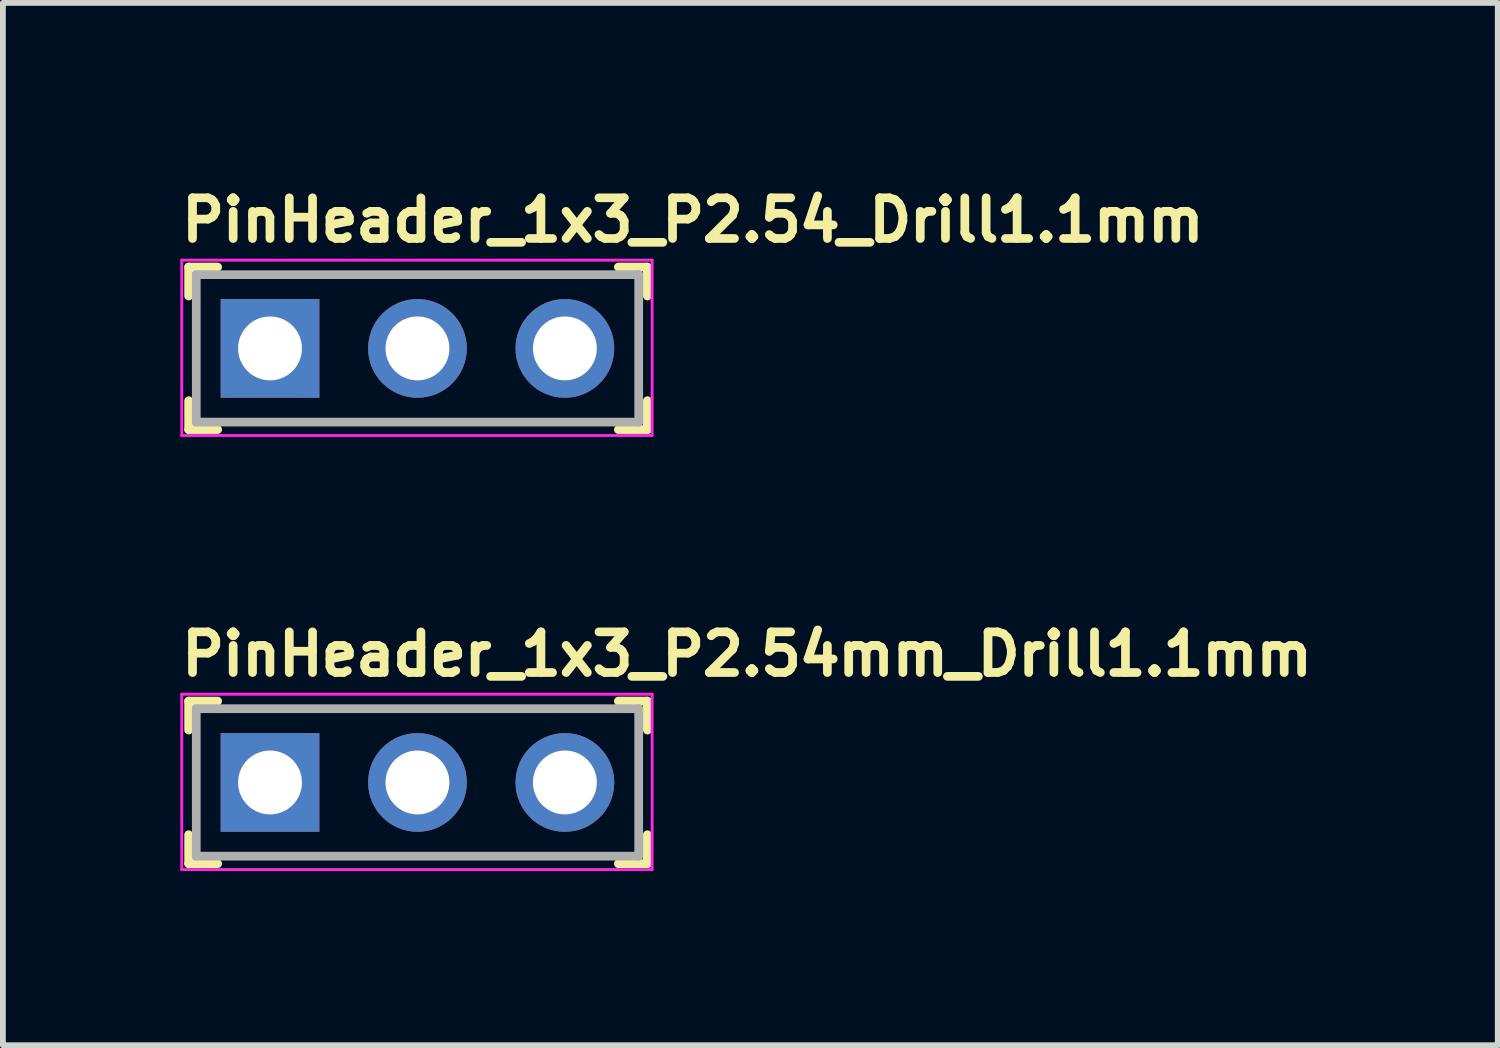
<source format=kicad_pcb>
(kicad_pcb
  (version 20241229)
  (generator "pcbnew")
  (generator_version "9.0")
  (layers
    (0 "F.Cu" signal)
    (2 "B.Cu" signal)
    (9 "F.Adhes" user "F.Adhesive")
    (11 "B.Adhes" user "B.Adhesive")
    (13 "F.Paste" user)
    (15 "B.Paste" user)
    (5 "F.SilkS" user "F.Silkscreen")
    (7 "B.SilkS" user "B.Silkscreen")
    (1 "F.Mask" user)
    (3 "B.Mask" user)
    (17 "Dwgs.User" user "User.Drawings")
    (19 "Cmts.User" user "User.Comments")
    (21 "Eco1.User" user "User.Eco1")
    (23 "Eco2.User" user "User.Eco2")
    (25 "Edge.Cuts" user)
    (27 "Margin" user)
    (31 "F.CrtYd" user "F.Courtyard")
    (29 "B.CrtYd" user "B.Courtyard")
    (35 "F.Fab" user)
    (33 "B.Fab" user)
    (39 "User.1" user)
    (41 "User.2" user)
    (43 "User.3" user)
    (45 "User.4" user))
  (footprint "PinHeader_1x3_P2.54mm_Drill1.1mm"
    (layer "F.Cu")
    (at 1.6 10.425)
    (property "Reference" "PinHeader_1x3_P2.54mm_Drill1.1mm" (at -1.6 -1.8 0) (layer "F.SilkS") (effects (font (size 0.7 0.7) (thickness 0.15)) (justify left bottom)))
    (attr through_hole)
    (fp_line (start -1.401 -1.401) (end -1.401 -0.902) (stroke (width 0.15) (type solid)) (layer "F.SilkS"))
    (fp_line (start -1.401 -1.401) (end -0.902 -1.401) (stroke (width 0.15) (type solid)) (layer "F.SilkS"))
    (fp_line (start -1.401 1.398) (end -1.401 0.9) (stroke (width 0.15) (type solid)) (layer "F.SilkS"))
    (fp_line (start -1.401 1.398) (end -0.902 1.398) (stroke (width 0.15) (type solid)) (layer "F.SilkS"))
    (fp_line (start 6.499 -1.401) (end 5.999 -1.401) (stroke (width 0.15) (type solid)) (layer "F.SilkS"))
    (fp_line (start 6.499 -1.401) (end 6.499 -0.902) (stroke (width 0.15) (type solid)) (layer "F.SilkS"))
    (fp_line (start 6.499 1.398) (end 5.999 1.398) (stroke (width 0.15) (type solid)) (layer "F.SilkS"))
    (fp_line (start 6.499 1.398) (end 6.499 0.9) (stroke (width 0.15) (type solid)) (layer "F.SilkS"))
    (fp_line (start -1.52 -1.52) (end -1.52 1.5) (stroke (width 0.05) (type solid)) (layer "F.CrtYd"))
    (fp_line (start -1.52 -1.52) (end 6.58 -1.52) (stroke (width 0.05) (type solid)) (layer "F.CrtYd"))
    (fp_line (start -1.52 1.5) (end 6.58 1.5) (stroke (width 0.05) (type solid)) (layer "F.CrtYd"))
    (fp_line (start 6.58 -1.52) (end 6.58 1.5) (stroke (width 0.05) (type solid)) (layer "F.CrtYd"))
    (fp_line (start -1.27 -1.27) (end -1.27 1.269) (stroke (width 0.15) (type solid)) (layer "F.Fab"))
    (fp_line (start -1.27 -1.27) (end 6.349 -1.27) (stroke (width 0.15) (type solid)) (layer "F.Fab"))
    (fp_line (start -1.27 1.269) (end 6.349 1.269) (stroke (width 0.15) (type solid)) (layer "F.Fab"))
    (fp_line (start 6.349 -1.27) (end 6.349 1.269) (stroke (width 0.15) (type solid)) (layer "F.Fab"))
    (fp_rect (start -1.311 -1.27) (end 6.309 1.269) (stroke (width 0.1) (type solid)) (fill no) (layer "User.5"))
    (fp_line (start -1.311 0.77) (end -1.311 -0.772) (stroke (width 0.02) (type solid)) (layer "User.9"))
    (fp_line (start -1.311 0.77) (end -1.061 1.269) (stroke (width 0.02) (type solid)) (layer "User.9"))
    (fp_line (start -1.061 -1.27) (end -1.311 -0.772) (stroke (width 0.02) (type solid)) (layer "User.9"))
    (fp_line (start -0.36 -0.32) (end -0.16 -0.12) (stroke (width 0.02) (type solid)) (layer "User.9"))
    (fp_line (start -0.36 -0.32) (end 0.28 -0.32) (stroke (width 0.02) (type solid)) (layer "User.9"))
    (fp_line (start -0.36 0.32) (end -0.36 -0.32) (stroke (width 0.02) (type solid)) (layer "User.9"))
    (fp_line (start -0.16 -0.12) (end -0.16 0.119) (stroke (width 0.02) (type solid)) (layer "User.9"))
    (fp_line (start -0.16 0.119) (end -0.36 0.32) (stroke (width 0.02) (type solid)) (layer "User.9"))
    (fp_line (start -0.16 0.119) (end 0.08 0.119) (stroke (width 0.02) (type solid)) (layer "User.9"))
    (fp_line (start 0.08 -0.12) (end -0.16 -0.12) (stroke (width 0.02) (type solid)) (layer "User.9"))
    (fp_line (start 0.08 -0.12) (end 0.28 -0.32) (stroke (width 0.02) (type solid)) (layer "User.9"))
    (fp_line (start 0.08 0.119) (end 0.08 -0.12) (stroke (width 0.02) (type solid)) (layer "User.9"))
    (fp_line (start 0.08 0.119) (end 0.28 0.32) (stroke (width 0.02) (type solid)) (layer "User.9"))
    (fp_line (start 0.28 -0.32) (end 0.28 0.32) (stroke (width 0.02) (type solid)) (layer "User.9"))
    (fp_line (start 0.28 0.32) (end -0.36 0.32) (stroke (width 0.02) (type solid)) (layer "User.9"))
    (fp_line (start 0.978 -1.27) (end -1.061 -1.27) (stroke (width 0.02) (type solid)) (layer "User.9"))
    (fp_line (start 0.978 1.269) (end -1.061 1.269) (stroke (width 0.02) (type solid)) (layer "User.9"))
    (fp_line (start 0.978 1.269) (end 1.229 0.77) (stroke (width 0.02) (type solid)) (layer "User.9"))
    (fp_line (start 1.229 -0.772) (end 0.978 -1.27) (stroke (width 0.02) (type solid)) (layer "User.9"))
    (fp_line (start 1.229 0.77) (end 1.479 1.269) (stroke (width 0.02) (type solid)) (layer "User.9"))
    (fp_line (start 1.479 -1.27) (end 1.229 -0.772) (stroke (width 0.02) (type solid)) (layer "User.9"))
    (fp_line (start 2.18 -0.32) (end 2.378 -0.12) (stroke (width 0.02) (type solid)) (layer "User.9"))
    (fp_line (start 2.18 -0.32) (end 2.818 -0.32) (stroke (width 0.02) (type solid)) (layer "User.9"))
    (fp_line (start 2.18 0.32) (end 2.18 -0.32) (stroke (width 0.02) (type solid)) (layer "User.9"))
    (fp_line (start 2.378 -0.12) (end 2.378 0.119) (stroke (width 0.02) (type solid)) (layer "User.9"))
    (fp_line (start 2.378 0.119) (end 2.18 0.32) (stroke (width 0.02) (type solid)) (layer "User.9"))
    (fp_line (start 2.378 0.119) (end 2.62 0.119) (stroke (width 0.02) (type solid)) (layer "User.9"))
    (fp_line (start 2.62 -0.12) (end 2.378 -0.12) (stroke (width 0.02) (type solid)) (layer "User.9"))
    (fp_line (start 2.62 -0.12) (end 2.818 -0.32) (stroke (width 0.02) (type solid)) (layer "User.9"))
    (fp_line (start 2.62 0.119) (end 2.62 -0.12) (stroke (width 0.02) (type solid)) (layer "User.9"))
    (fp_line (start 2.62 0.119) (end 2.818 0.32) (stroke (width 0.02) (type solid)) (layer "User.9"))
    (fp_line (start 2.818 -0.32) (end 2.818 0.32) (stroke (width 0.02) (type solid)) (layer "User.9"))
    (fp_line (start 2.818 0.32) (end 2.18 0.32) (stroke (width 0.02) (type solid)) (layer "User.9"))
    (fp_line (start 3.519 -1.27) (end 1.479 -1.27) (stroke (width 0.02) (type solid)) (layer "User.9"))
    (fp_line (start 3.519 1.269) (end 1.479 1.269) (stroke (width 0.02) (type solid)) (layer "User.9"))
    (fp_line (start 3.519 1.269) (end 3.769 0.77) (stroke (width 0.02) (type solid)) (layer "User.9"))
    (fp_line (start 3.769 -0.772) (end 3.519 -1.27) (stroke (width 0.02) (type solid)) (layer "User.9"))
    (fp_line (start 3.769 0.77) (end 4.019 1.269) (stroke (width 0.02) (type solid)) (layer "User.9"))
    (fp_line (start 4.019 -1.27) (end 3.769 -0.772) (stroke (width 0.02) (type solid)) (layer "User.9"))
    (fp_line (start 4.719 -0.32) (end 4.919 -0.12) (stroke (width 0.02) (type solid)) (layer "User.9"))
    (fp_line (start 4.719 -0.32) (end 5.36 -0.32) (stroke (width 0.02) (type solid)) (layer "User.9"))
    (fp_line (start 4.719 0.32) (end 4.719 -0.32) (stroke (width 0.02) (type solid)) (layer "User.9"))
    (fp_line (start 4.919 -0.12) (end 4.919 0.119) (stroke (width 0.02) (type solid)) (layer "User.9"))
    (fp_line (start 4.919 0.119) (end 4.719 0.32) (stroke (width 0.02) (type solid)) (layer "User.9"))
    (fp_line (start 4.919 0.119) (end 5.16 0.119) (stroke (width 0.02) (type solid)) (layer "User.9"))
    (fp_line (start 5.16 -0.12) (end 4.919 -0.12) (stroke (width 0.02) (type solid)) (layer "User.9"))
    (fp_line (start 5.16 -0.12) (end 5.36 -0.32) (stroke (width 0.02) (type solid)) (layer "User.9"))
    (fp_line (start 5.16 0.119) (end 5.16 -0.12) (stroke (width 0.02) (type solid)) (layer "User.9"))
    (fp_line (start 5.16 0.119) (end 5.36 0.32) (stroke (width 0.02) (type solid)) (layer "User.9"))
    (fp_line (start 5.36 -0.32) (end 5.36 0.32) (stroke (width 0.02) (type solid)) (layer "User.9"))
    (fp_line (start 5.36 0.32) (end 4.719 0.32) (stroke (width 0.02) (type solid)) (layer "User.9"))
    (fp_line (start 6.059 -1.27) (end 4.019 -1.27) (stroke (width 0.02) (type solid)) (layer "User.9"))
    (fp_line (start 6.059 1.269) (end 4.019 1.269) (stroke (width 0.02) (type solid)) (layer "User.9"))
    (fp_line (start 6.059 1.269) (end 6.309 0.77) (stroke (width 0.02) (type solid)) (layer "User.9"))
    (fp_line (start 6.309 -0.772) (end 6.059 -1.27) (stroke (width 0.02) (type solid)) (layer "User.9"))
    (fp_line (start 6.309 0.77) (end 6.309 -0.772) (stroke (width 0.02) (type solid)) (layer "User.9"))
    (pad "1" thru_hole rect (at 0 0) (size 1.7 1.7) (drill 1.1) (layers "*.Cu" "*.Mask"))
    (pad "2" thru_hole circle (at 2.539 0) (size 1.7 1.7) (drill 1.1) (layers "*.Cu" "*.Mask"))
    (pad "3" thru_hole circle (at 5.078 0) (size 1.7 1.7) (drill 1.1) (layers "*.Cu" "*.Mask")))
  (footprint "PinHeader_1x3_P2.54_Drill1.1mm"
    (layer "F.Cu")
    (at 1.6 2.95)
    (property "Reference" "PinHeader_1x3_P2.54_Drill1.1mm" (at -1.6 -1.8 0) (layer "F.SilkS") (effects (font (size 0.7 0.7) (thickness 0.15)) (justify left bottom)))
    (attr through_hole)
    (fp_line (start -1.401 -1.401) (end -1.401 -0.902) (stroke (width 0.15) (type solid)) (layer "F.SilkS"))
    (fp_line (start -1.401 -1.401) (end -0.902 -1.401) (stroke (width 0.15) (type solid)) (layer "F.SilkS"))
    (fp_line (start -1.401 1.398) (end -1.401 0.9) (stroke (width 0.15) (type solid)) (layer "F.SilkS"))
    (fp_line (start -1.401 1.398) (end -0.902 1.398) (stroke (width 0.15) (type solid)) (layer "F.SilkS"))
    (fp_line (start 6.499 -1.401) (end 5.999 -1.401) (stroke (width 0.15) (type solid)) (layer "F.SilkS"))
    (fp_line (start 6.499 -1.401) (end 6.499 -0.902) (stroke (width 0.15) (type solid)) (layer "F.SilkS"))
    (fp_line (start 6.499 1.398) (end 5.999 1.398) (stroke (width 0.15) (type solid)) (layer "F.SilkS"))
    (fp_line (start 6.499 1.398) (end 6.499 0.9) (stroke (width 0.15) (type solid)) (layer "F.SilkS"))
    (fp_line (start -1.52 -1.52) (end -1.52 1.5) (stroke (width 0.05) (type solid)) (layer "F.CrtYd"))
    (fp_line (start -1.52 -1.52) (end 6.58 -1.52) (stroke (width 0.05) (type solid)) (layer "F.CrtYd"))
    (fp_line (start -1.52 1.5) (end 6.58 1.5) (stroke (width 0.05) (type solid)) (layer "F.CrtYd"))
    (fp_line (start 6.58 -1.52) (end 6.58 1.5) (stroke (width 0.05) (type solid)) (layer "F.CrtYd"))
    (fp_line (start -1.27 -1.27) (end -1.27 1.269) (stroke (width 0.15) (type solid)) (layer "F.Fab"))
    (fp_line (start -1.27 -1.27) (end 6.349 -1.27) (stroke (width 0.15) (type solid)) (layer "F.Fab"))
    (fp_line (start -1.27 1.269) (end 6.349 1.269) (stroke (width 0.15) (type solid)) (layer "F.Fab"))
    (fp_line (start 6.349 -1.27) (end 6.349 1.269) (stroke (width 0.15) (type solid)) (layer "F.Fab"))
    (fp_rect (start -1.311 -1.27) (end 6.309 1.269) (stroke (width 0.1) (type solid)) (fill no) (layer "User.5"))
    (fp_line (start -1.311 0.77) (end -1.311 -0.772) (stroke (width 0.02) (type solid)) (layer "User.9"))
    (fp_line (start -1.311 0.77) (end -1.061 1.269) (stroke (width 0.02) (type solid)) (layer "User.9"))
    (fp_line (start -1.061 -1.27) (end -1.311 -0.772) (stroke (width 0.02) (type solid)) (layer "User.9"))
    (fp_line (start -0.36 -0.32) (end -0.16 -0.12) (stroke (width 0.02) (type solid)) (layer "User.9"))
    (fp_line (start -0.36 -0.32) (end 0.28 -0.32) (stroke (width 0.02) (type solid)) (layer "User.9"))
    (fp_line (start -0.36 0.32) (end -0.36 -0.32) (stroke (width 0.02) (type solid)) (layer "User.9"))
    (fp_line (start -0.16 -0.12) (end -0.16 0.119) (stroke (width 0.02) (type solid)) (layer "User.9"))
    (fp_line (start -0.16 0.119) (end -0.36 0.32) (stroke (width 0.02) (type solid)) (layer "User.9"))
    (fp_line (start -0.16 0.119) (end 0.08 0.119) (stroke (width 0.02) (type solid)) (layer "User.9"))
    (fp_line (start 0.08 -0.12) (end -0.16 -0.12) (stroke (width 0.02) (type solid)) (layer "User.9"))
    (fp_line (start 0.08 -0.12) (end 0.28 -0.32) (stroke (width 0.02) (type solid)) (layer "User.9"))
    (fp_line (start 0.08 0.119) (end 0.08 -0.12) (stroke (width 0.02) (type solid)) (layer "User.9"))
    (fp_line (start 0.08 0.119) (end 0.28 0.32) (stroke (width 0.02) (type solid)) (layer "User.9"))
    (fp_line (start 0.28 -0.32) (end 0.28 0.32) (stroke (width 0.02) (type solid)) (layer "User.9"))
    (fp_line (start 0.28 0.32) (end -0.36 0.32) (stroke (width 0.02) (type solid)) (layer "User.9"))
    (fp_line (start 0.978 -1.27) (end -1.061 -1.27) (stroke (width 0.02) (type solid)) (layer "User.9"))
    (fp_line (start 0.978 1.269) (end -1.061 1.269) (stroke (width 0.02) (type solid)) (layer "User.9"))
    (fp_line (start 0.978 1.269) (end 1.229 0.77) (stroke (width 0.02) (type solid)) (layer "User.9"))
    (fp_line (start 1.229 -0.772) (end 0.978 -1.27) (stroke (width 0.02) (type solid)) (layer "User.9"))
    (fp_line (start 1.229 0.77) (end 1.479 1.269) (stroke (width 0.02) (type solid)) (layer "User.9"))
    (fp_line (start 1.479 -1.27) (end 1.229 -0.772) (stroke (width 0.02) (type solid)) (layer "User.9"))
    (fp_line (start 2.18 -0.32) (end 2.378 -0.12) (stroke (width 0.02) (type solid)) (layer "User.9"))
    (fp_line (start 2.18 -0.32) (end 2.818 -0.32) (stroke (width 0.02) (type solid)) (layer "User.9"))
    (fp_line (start 2.18 0.32) (end 2.18 -0.32) (stroke (width 0.02) (type solid)) (layer "User.9"))
    (fp_line (start 2.378 -0.12) (end 2.378 0.119) (stroke (width 0.02) (type solid)) (layer "User.9"))
    (fp_line (start 2.378 0.119) (end 2.18 0.32) (stroke (width 0.02) (type solid)) (layer "User.9"))
    (fp_line (start 2.378 0.119) (end 2.62 0.119) (stroke (width 0.02) (type solid)) (layer "User.9"))
    (fp_line (start 2.62 -0.12) (end 2.378 -0.12) (stroke (width 0.02) (type solid)) (layer "User.9"))
    (fp_line (start 2.62 -0.12) (end 2.818 -0.32) (stroke (width 0.02) (type solid)) (layer "User.9"))
    (fp_line (start 2.62 0.119) (end 2.62 -0.12) (stroke (width 0.02) (type solid)) (layer "User.9"))
    (fp_line (start 2.62 0.119) (end 2.818 0.32) (stroke (width 0.02) (type solid)) (layer "User.9"))
    (fp_line (start 2.818 -0.32) (end 2.818 0.32) (stroke (width 0.02) (type solid)) (layer "User.9"))
    (fp_line (start 2.818 0.32) (end 2.18 0.32) (stroke (width 0.02) (type solid)) (layer "User.9"))
    (fp_line (start 3.519 -1.27) (end 1.479 -1.27) (stroke (width 0.02) (type solid)) (layer "User.9"))
    (fp_line (start 3.519 1.269) (end 1.479 1.269) (stroke (width 0.02) (type solid)) (layer "User.9"))
    (fp_line (start 3.519 1.269) (end 3.769 0.77) (stroke (width 0.02) (type solid)) (layer "User.9"))
    (fp_line (start 3.769 -0.772) (end 3.519 -1.27) (stroke (width 0.02) (type solid)) (layer "User.9"))
    (fp_line (start 3.769 0.77) (end 4.019 1.269) (stroke (width 0.02) (type solid)) (layer "User.9"))
    (fp_line (start 4.019 -1.27) (end 3.769 -0.772) (stroke (width 0.02) (type solid)) (layer "User.9"))
    (fp_line (start 4.719 -0.32) (end 4.919 -0.12) (stroke (width 0.02) (type solid)) (layer "User.9"))
    (fp_line (start 4.719 -0.32) (end 5.36 -0.32) (stroke (width 0.02) (type solid)) (layer "User.9"))
    (fp_line (start 4.719 0.32) (end 4.719 -0.32) (stroke (width 0.02) (type solid)) (layer "User.9"))
    (fp_line (start 4.919 -0.12) (end 4.919 0.119) (stroke (width 0.02) (type solid)) (layer "User.9"))
    (fp_line (start 4.919 0.119) (end 4.719 0.32) (stroke (width 0.02) (type solid)) (layer "User.9"))
    (fp_line (start 4.919 0.119) (end 5.16 0.119) (stroke (width 0.02) (type solid)) (layer "User.9"))
    (fp_line (start 5.16 -0.12) (end 4.919 -0.12) (stroke (width 0.02) (type solid)) (layer "User.9"))
    (fp_line (start 5.16 -0.12) (end 5.36 -0.32) (stroke (width 0.02) (type solid)) (layer "User.9"))
    (fp_line (start 5.16 0.119) (end 5.16 -0.12) (stroke (width 0.02) (type solid)) (layer "User.9"))
    (fp_line (start 5.16 0.119) (end 5.36 0.32) (stroke (width 0.02) (type solid)) (layer "User.9"))
    (fp_line (start 5.36 -0.32) (end 5.36 0.32) (stroke (width 0.02) (type solid)) (layer "User.9"))
    (fp_line (start 5.36 0.32) (end 4.719 0.32) (stroke (width 0.02) (type solid)) (layer "User.9"))
    (fp_line (start 6.059 -1.27) (end 4.019 -1.27) (stroke (width 0.02) (type solid)) (layer "User.9"))
    (fp_line (start 6.059 1.269) (end 4.019 1.269) (stroke (width 0.02) (type solid)) (layer "User.9"))
    (fp_line (start 6.059 1.269) (end 6.309 0.77) (stroke (width 0.02) (type solid)) (layer "User.9"))
    (fp_line (start 6.309 -0.772) (end 6.059 -1.27) (stroke (width 0.02) (type solid)) (layer "User.9"))
    (fp_line (start 6.309 0.77) (end 6.309 -0.772) (stroke (width 0.02) (type solid)) (layer "User.9"))
    (pad "1" thru_hole rect (at 0 0) (size 1.7 1.7) (drill 1.1) (layers "*.Cu" "*.Mask"))
    (pad "2" thru_hole circle (at 2.539 0) (size 1.7 1.7) (drill 1.1) (layers "*.Cu" "*.Mask"))
    (pad "3" thru_hole circle (at 5.078 0) (size 1.7 1.7) (drill 1.1) (layers "*.Cu" "*.Mask")))
  (gr_rect
    (start -3 -3)
    (end 22.743 14.95)
    (stroke (width 0.1) (type default))
    (fill no)
    (layer "Edge.Cuts")))
</source>
